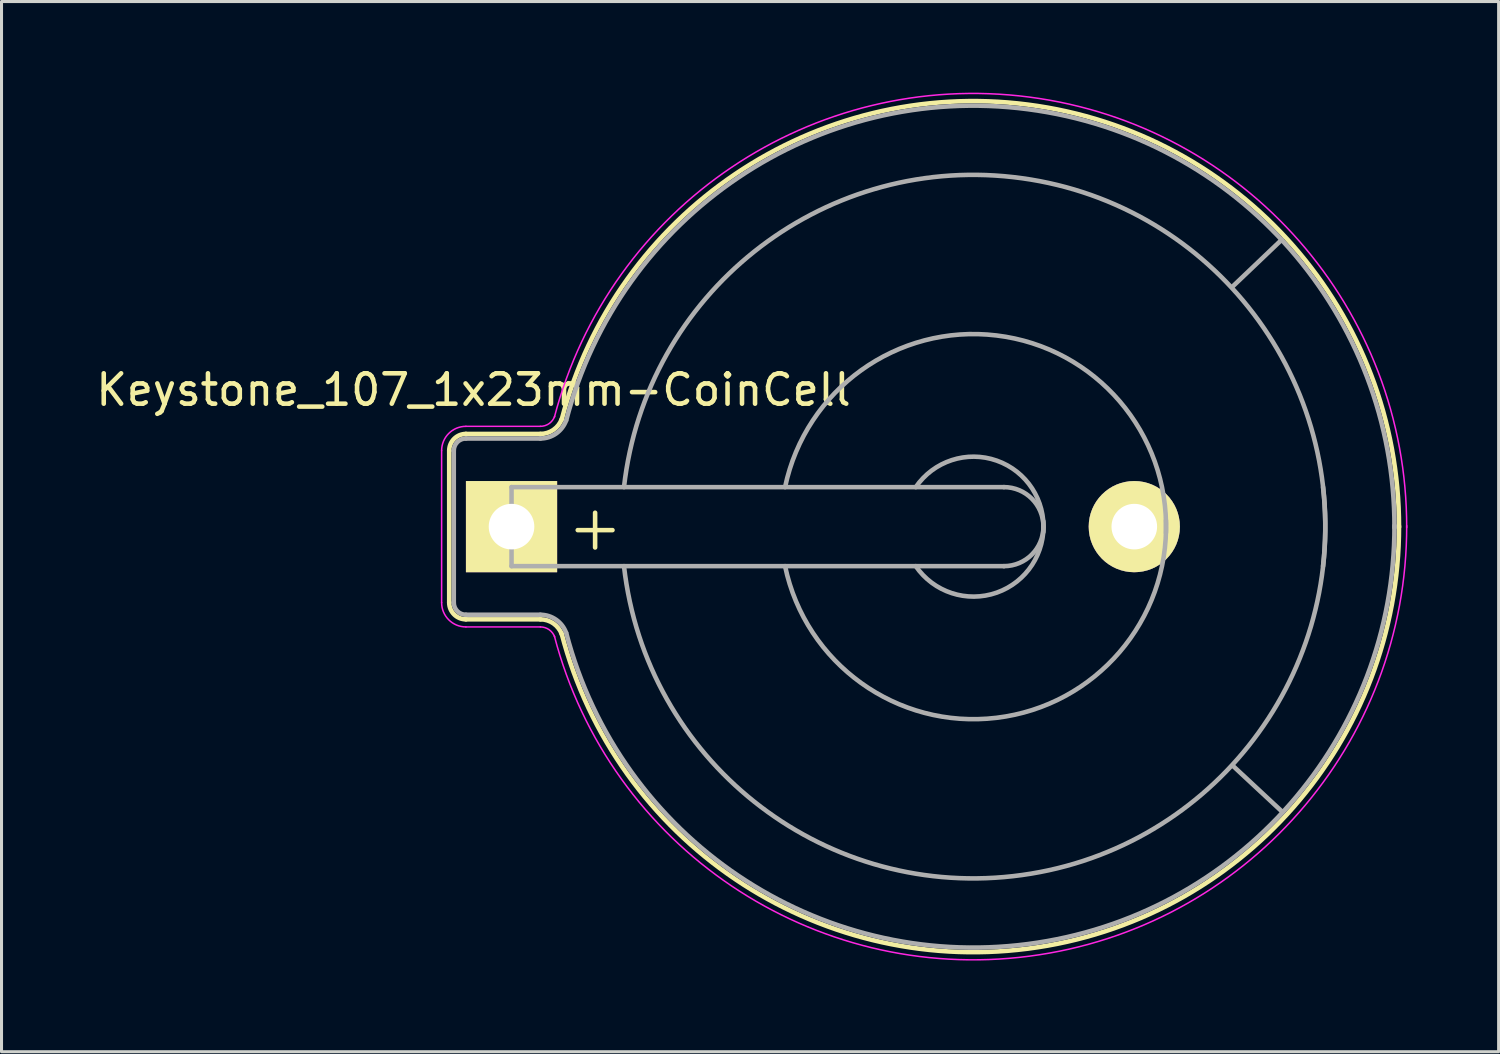
<source format=kicad_pcb>
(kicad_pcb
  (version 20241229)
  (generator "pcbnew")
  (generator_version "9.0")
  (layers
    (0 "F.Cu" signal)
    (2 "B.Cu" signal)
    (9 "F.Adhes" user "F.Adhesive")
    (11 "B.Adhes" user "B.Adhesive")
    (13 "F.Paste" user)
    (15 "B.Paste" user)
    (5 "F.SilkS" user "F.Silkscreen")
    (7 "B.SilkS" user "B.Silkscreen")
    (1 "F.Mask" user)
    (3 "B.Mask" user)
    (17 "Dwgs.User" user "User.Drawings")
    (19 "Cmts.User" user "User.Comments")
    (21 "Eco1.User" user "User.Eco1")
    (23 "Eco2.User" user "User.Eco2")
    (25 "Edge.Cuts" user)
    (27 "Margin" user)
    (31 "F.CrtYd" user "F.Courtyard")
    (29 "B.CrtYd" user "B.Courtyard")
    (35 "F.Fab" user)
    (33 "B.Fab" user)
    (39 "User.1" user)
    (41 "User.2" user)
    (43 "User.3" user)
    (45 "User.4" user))
  (footprint "Keystone_107_1x23mm-CoinCell"
    (layer "F.Cu")
    (at 13.78 14.277)
    (property "Reference" "Keystone_107_1x23mm-CoinCell" (at -1.25 -4.5 0) (layer "F.SilkS") (effects (font (size 1 1) (thickness 0.15))))
    (attr through_hole)
    (fp_line (start -2.05 -2.5) (end -2.05 2.5) (stroke (width 0.15) (type solid)) (layer "F.SilkS"))
    (fp_line (start -1.5 3.05) (end 0.95 3.05) (stroke (width 0.15) (type solid)) (layer "F.SilkS"))
    (fp_line (start 0.95 -3.05) (end -1.5 -3.05) (stroke (width 0.15) (type solid)) (layer "F.SilkS"))
    (fp_arc (start -2.05 -2.5) (mid -1.888909 -2.888909) (end -1.5 -3.05) (stroke (width 0.15) (type solid)) (layer "F.SilkS"))
    (fp_arc (start -1.5 3.05) (mid -1.888909 2.888909) (end -2.05 2.5) (stroke (width 0.15) (type solid)) (layer "F.SilkS"))
    (fp_arc (start 0.95 3.05) (mid 1.380182 3.185636) (end 1.654769 3.543485) (stroke (width 0.15) (type solid)) (layer "F.SilkS"))
    (fp_arc (start 1.65 -3.52) (mid 16.981862 -13.885887) (end 29.199738 0.015231) (stroke (width 0.15) (type solid)) (layer "F.SilkS"))
    (fp_arc (start 1.654769 -3.543485) (mid 1.380182 -3.185636) (end 0.95 -3.05) (stroke (width 0.15) (type solid)) (layer "F.SilkS"))
    (fp_arc (start 29.199738 -0.015231) (mid 16.981862 13.885887) (end 1.65 3.52) (stroke (width 0.15) (type solid)) (layer "F.SilkS"))
    (fp_line (start -2.3 -2.5) (end -2.3 2.5) (stroke (width 0.05) (type solid)) (layer "F.CrtYd"))
    (fp_line (start -1.5 3.3) (end 0.95 3.3) (stroke (width 0.05) (type solid)) (layer "F.CrtYd"))
    (fp_line (start 0.95 -3.3) (end -1.5 -3.3) (stroke (width 0.05) (type solid)) (layer "F.CrtYd"))
    (fp_arc (start -2.3 -2.5) (mid -2.065685 -3.065685) (end -1.5 -3.3) (stroke (width 0.05) (type solid)) (layer "F.CrtYd"))
    (fp_arc (start -1.5 3.3) (mid -2.065685 3.065685) (end -2.3 2.5) (stroke (width 0.05) (type solid)) (layer "F.CrtYd"))
    (fp_arc (start 0.95 3.3) (mid 1.236788 3.390424) (end 1.419846 3.62899) (stroke (width 0.05) (type solid)) (layer "F.CrtYd"))
    (fp_arc (start 1.41 -3.6) (mid 17.030934 -14.134065) (end 29.452124 0.032591) (stroke (width 0.05) (type solid)) (layer "F.CrtYd"))
    (fp_arc (start 1.419846 -3.62899) (mid 1.236788 -3.390424) (end 0.95 -3.3) (stroke (width 0.05) (type solid)) (layer "F.CrtYd"))
    (fp_arc (start 29.452124 -0.032591) (mid 17.030934 14.134065) (end 1.41 3.6) (stroke (width 0.05) (type solid)) (layer "F.CrtYd"))
    (fp_line (start -1.9 -2.5) (end -1.9 2.5) (stroke (width 0.15) (type solid)) (layer "F.Fab"))
    (fp_line (start -1.5 2.9) (end 0.95 2.9) (stroke (width 0.15) (type solid)) (layer "F.Fab"))
    (fp_line (start 0 -1.3) (end 0 1.3) (stroke (width 0.15) (type solid)) (layer "F.Fab"))
    (fp_line (start 0 1.3) (end 16.2 1.3) (stroke (width 0.15) (type solid)) (layer "F.Fab"))
    (fp_line (start 0.95 -2.9) (end -1.5 -2.9) (stroke (width 0.15) (type solid)) (layer "F.Fab"))
    (fp_line (start 16.2 -1.3) (end 0 -1.3) (stroke (width 0.15) (type solid)) (layer "F.Fab"))
    (fp_line (start 23.711 -7.887) (end 25.339 -9.439) (stroke (width 0.15) (type solid)) (layer "F.Fab"))
    (fp_line (start 23.724 7.861) (end 25.367 9.391) (stroke (width 0.15) (type solid)) (layer "F.Fab"))
    (fp_arc (start -1.9 -2.5) (mid -1.782843 -2.782843) (end -1.5 -2.9) (stroke (width 0.15) (type solid)) (layer "F.Fab"))
    (fp_arc (start -1.5 2.9) (mid -1.782843 2.782843) (end -1.9 2.5) (stroke (width 0.15) (type solid)) (layer "F.Fab"))
    (fp_arc (start 0.95 2.9) (mid 1.466219 3.062763) (end 1.795723 3.492182) (stroke (width 0.15) (type solid)) (layer "F.Fab"))
    (fp_arc (start 1.795723 -3.492182) (mid 1.466219 -3.062763) (end 0.95 -2.9) (stroke (width 0.15) (type solid)) (layer "F.Fab"))
    (fp_arc (start 1.8 -3.5) (mid 16.980951 -13.734563) (end 29.049508 0.033425) (stroke (width 0.15) (type solid)) (layer "F.Fab"))
    (fp_arc (start 3.7 -1.3) (mid 16.5 -11.5) (end 26.7 1.3) (stroke (width 0.15) (type solid)) (layer "F.Fab"))
    (fp_arc (start 9 -1.3) (mid 15.954687 -6.28971) (end 21.531551 0.203631) (stroke (width 0.15) (type solid)) (layer "F.Fab"))
    (fp_arc (start 13.3 -1.3) (mid 15.963947 -2.171724) (end 17.495448 0.175833) (stroke (width 0.15) (type solid)) (layer "F.Fab"))
    (fp_arc (start 16.2 -1.3) (mid 17.5 0) (end 16.2 1.3) (stroke (width 0.15) (type solid)) (layer "F.Fab"))
    (fp_arc (start 17.495448 -0.175833) (mid 15.963947 2.171724) (end 13.3 1.3) (stroke (width 0.15) (type solid)) (layer "F.Fab"))
    (fp_arc (start 21.531551 -0.203631) (mid 15.954687 6.28971) (end 9 1.3) (stroke (width 0.15) (type solid)) (layer "F.Fab"))
    (fp_arc (start 26.7 -1.3) (mid 16.5 11.5) (end 3.7 1.3) (stroke (width 0.15) (type solid)) (layer "F.Fab"))
    (fp_arc (start 29.049508 -0.033425) (mid 16.980951 13.734562) (end 1.8 3.5) (stroke (width 0.15) (type solid)) (layer "F.Fab"))
    (fp_text user "+" (at 2.75 0 0) (layer "F.SilkS") (effects (font (size 1.5 1.5) (thickness 0.15))))
    (pad "1" thru_hole rect (at 0 0) (size 3 3) (drill 1.5) (layers "*.Cu" "*.Mask" "F.SilkS"))
    (pad "2" thru_hole circle (at 20.49 0) (size 3 3) (drill 1.5) (layers "*.Cu" "*.Mask" "F.SilkS")))
  (gr_rect
    (start -3 -3)
    (end 46.257 31.554)
    (stroke (width 0.1) (type default))
    (fill no)
    (layer "Edge.Cuts")))
</source>
